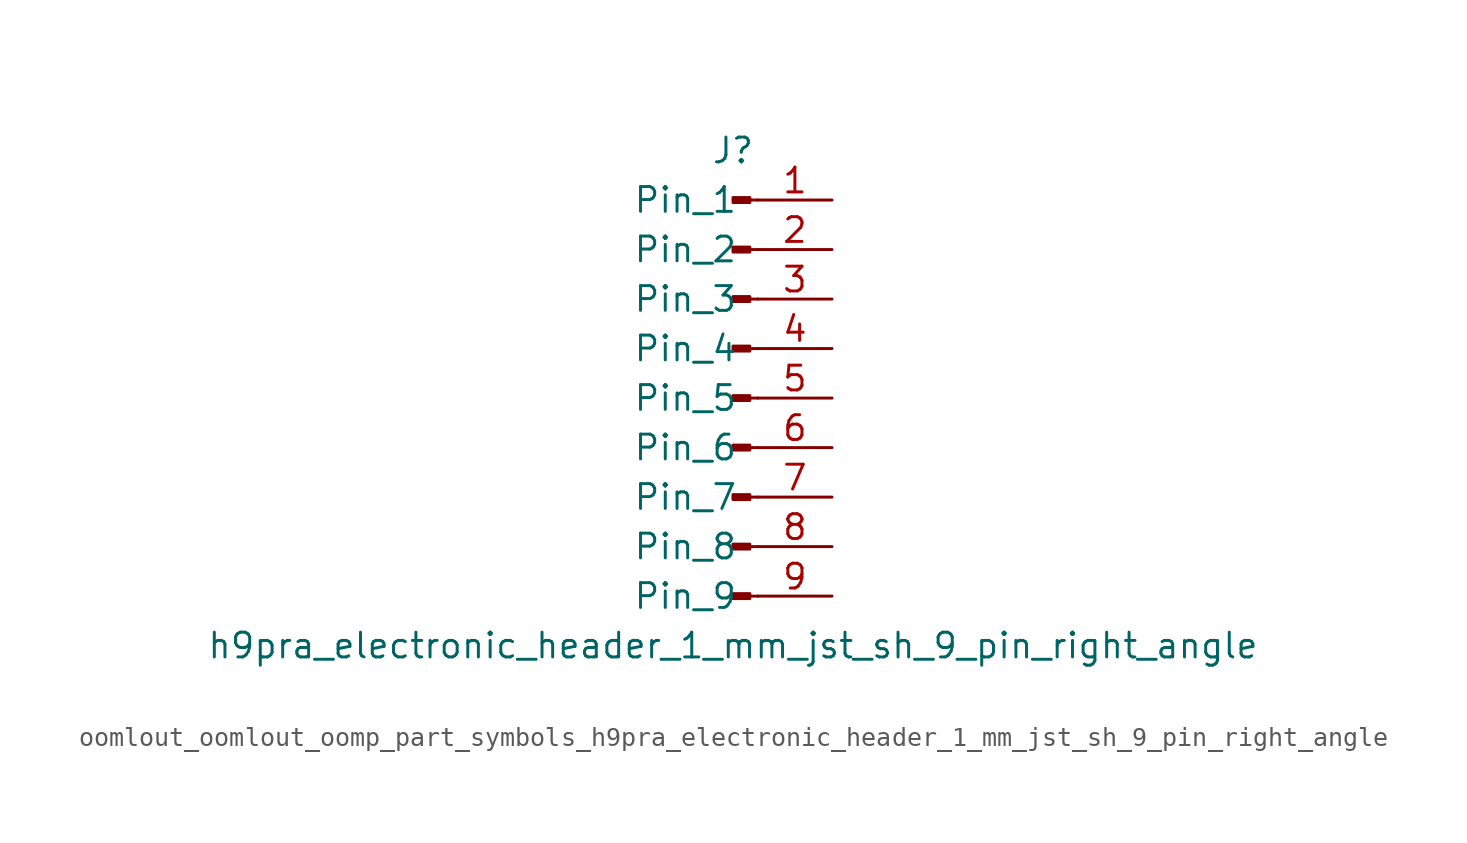
<source format=kicad_sym>
(kicad_symbol_lib
  (version 20220914)
  (generator kicad_symbol_editor)
  (symbol "oomlout_oomlout_oomp_part_symbols_h9pra_electronic_header_1_mm_jst_sh_9_pin_right_angle"
    (pin_names
      (offset 1.016))
    (property "Reference" "J"
      (at 0 12.7 0)
      (effects (font (size 1.27 1.27))))
    (property "Value" "h9pra_electronic_header_1_mm_jst_sh_9_pin_right_angle"
      (at 0 -12.7 0)
      (effects (font (size 1.27 1.27))))
    (property "ki_locked" ""
      (at 0 0 0)
      (effects (font (size 1.27 1.27))))
    (symbol "oomlout_oomlout_oomp_part_symbols_h9pra_electronic_header_1_mm_jst_sh_9_pin_right_angle_1_1"
      (polyline (pts (xy 1.27 -10.16) (xy 0.864 -10.16)) (stroke (width 0.152) (type default)) (fill (type none)))
      (polyline (pts (xy 1.27 -7.62) (xy 0.864 -7.62)) (stroke (width 0.152) (type default)) (fill (type none)))
      (polyline (pts (xy 1.27 -5.08) (xy 0.864 -5.08)) (stroke (width 0.152) (type default)) (fill (type none)))
      (polyline (pts (xy 1.27 -2.54) (xy 0.864 -2.54)) (stroke (width 0.152) (type default)) (fill (type none)))
      (polyline (pts (xy 1.27 0) (xy 0.864 0)) (stroke (width 0.152) (type default)) (fill (type none)))
      (polyline (pts (xy 1.27 2.54) (xy 0.864 2.54)) (stroke (width 0.152) (type default)) (fill (type none)))
      (polyline (pts (xy 1.27 5.08) (xy 0.864 5.08)) (stroke (width 0.152) (type default)) (fill (type none)))
      (polyline (pts (xy 1.27 7.62) (xy 0.864 7.62)) (stroke (width 0.152) (type default)) (fill (type none)))
      (polyline (pts (xy 1.27 10.16) (xy 0.864 10.16)) (stroke (width 0.152) (type default)) (fill (type none)))
      (rectangle (start 0.864 -10.033) (end 0 -10.287) (stroke (width 0.152) (type default)) (fill (type outline)))
      (rectangle (start 0.864 -7.493) (end 0 -7.747) (stroke (width 0.152) (type default)) (fill (type outline)))
      (rectangle (start 0.864 -4.953) (end 0 -5.207) (stroke (width 0.152) (type default)) (fill (type outline)))
      (rectangle (start 0.864 -2.413) (end 0 -2.667) (stroke (width 0.152) (type default)) (fill (type outline)))
      (rectangle (start 0.864 0.127) (end 0 -0.127) (stroke (width 0.152) (type default)) (fill (type outline)))
      (rectangle (start 0.864 2.667) (end 0 2.413) (stroke (width 0.152) (type default)) (fill (type outline)))
      (rectangle (start 0.864 5.207) (end 0 4.953) (stroke (width 0.152) (type default)) (fill (type outline)))
      (rectangle (start 0.864 7.747) (end 0 7.493) (stroke (width 0.152) (type default)) (fill (type outline)))
      (rectangle (start 0.864 10.287) (end 0 10.033) (stroke (width 0.152) (type default)) (fill (type outline)))
      (pin passive line (at 5.08 10.16 180) (length 3.81) (name "Pin_1" (effects (font (size 1.27 1.27)))) (number "1" (effects (font (size 1.27 1.27)))))
      (pin passive line (at 5.08 7.62 180) (length 3.81) (name "Pin_2" (effects (font (size 1.27 1.27)))) (number "2" (effects (font (size 1.27 1.27)))))
      (pin passive line (at 5.08 5.08 180) (length 3.81) (name "Pin_3" (effects (font (size 1.27 1.27)))) (number "3" (effects (font (size 1.27 1.27)))))
      (pin passive line (at 5.08 2.54 180) (length 3.81) (name "Pin_4" (effects (font (size 1.27 1.27)))) (number "4" (effects (font (size 1.27 1.27)))))
      (pin passive line (at 5.08 0 180) (length 3.81) (name "Pin_5" (effects (font (size 1.27 1.27)))) (number "5" (effects (font (size 1.27 1.27)))))
      (pin passive line (at 5.08 -2.54 180) (length 3.81) (name "Pin_6" (effects (font (size 1.27 1.27)))) (number "6" (effects (font (size 1.27 1.27)))))
      (pin passive line (at 5.08 -5.08 180) (length 3.81) (name "Pin_7" (effects (font (size 1.27 1.27)))) (number "7" (effects (font (size 1.27 1.27)))))
      (pin passive line (at 5.08 -7.62 180) (length 3.81) (name "Pin_8" (effects (font (size 1.27 1.27)))) (number "8" (effects (font (size 1.27 1.27)))))
      (pin passive line (at 5.08 -10.16 180) (length 3.81) (name "Pin_9" (effects (font (size 1.27 1.27)))) (number "9" (effects (font (size 1.27 1.27))))))))
</source>
